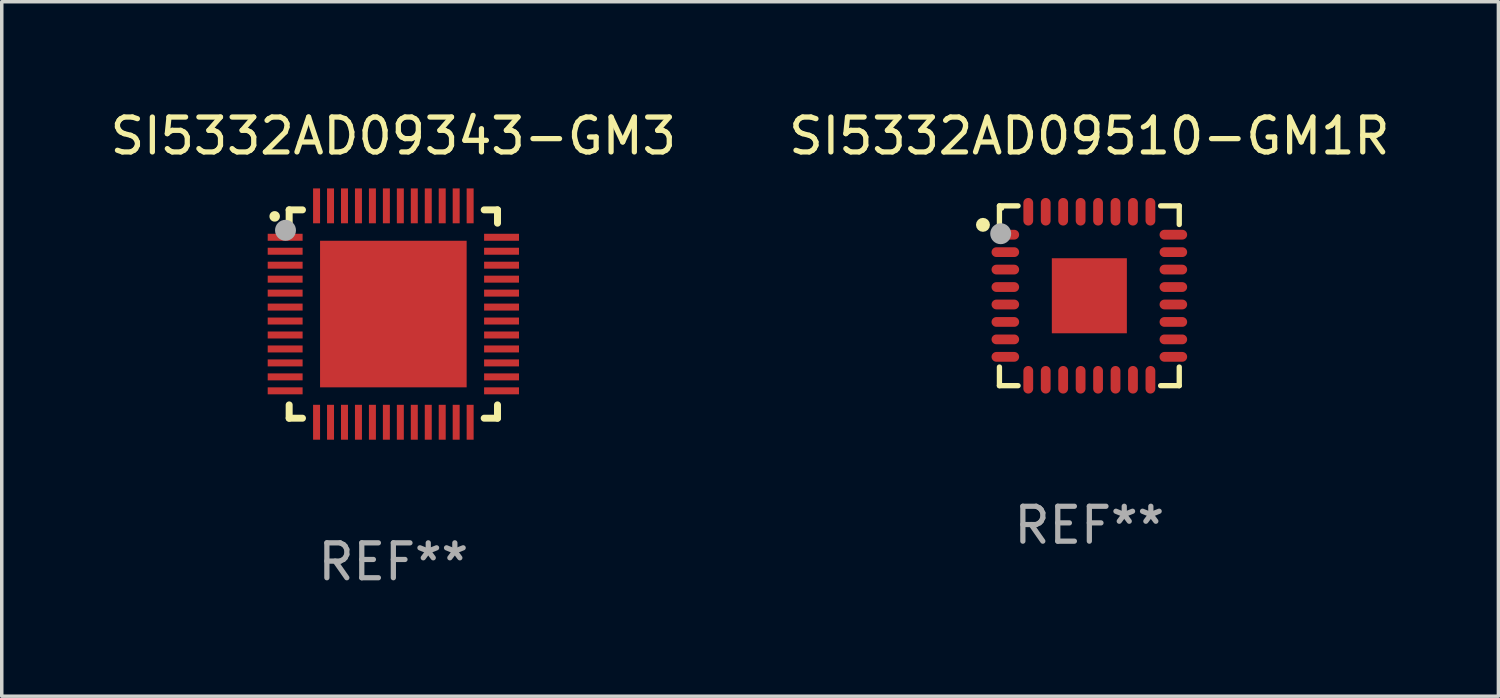
<source format=kicad_pcb>
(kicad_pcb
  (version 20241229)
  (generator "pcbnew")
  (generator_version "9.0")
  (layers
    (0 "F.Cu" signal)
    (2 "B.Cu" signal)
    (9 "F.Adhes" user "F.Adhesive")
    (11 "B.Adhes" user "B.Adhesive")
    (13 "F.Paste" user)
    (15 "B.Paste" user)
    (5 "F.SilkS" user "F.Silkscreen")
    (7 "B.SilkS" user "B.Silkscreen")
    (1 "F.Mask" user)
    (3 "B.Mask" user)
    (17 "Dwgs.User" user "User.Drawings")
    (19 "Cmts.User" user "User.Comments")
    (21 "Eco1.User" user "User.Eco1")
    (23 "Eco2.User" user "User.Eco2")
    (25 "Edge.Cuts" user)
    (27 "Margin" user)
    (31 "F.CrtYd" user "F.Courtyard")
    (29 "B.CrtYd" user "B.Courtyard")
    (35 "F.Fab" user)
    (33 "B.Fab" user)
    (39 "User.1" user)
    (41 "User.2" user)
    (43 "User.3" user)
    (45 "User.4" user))
  (footprint "SI5332AD09510-GM1R"
    (layer "F.Cu")
    (at 28.161 5.424)
    (property "Reference" "SI5332AD09510-GM1R" (at 0 -4.576 0) (layer "F.SilkS") (effects (font (size 1 1) (thickness 0.15))))
    (attr through_hole)
    (fp_line (start -2.576 -2.576) (end -2.042 -2.576) (stroke (width 0.152) (type solid)) (layer "F.SilkS"))
    (fp_line (start -2.576 -2.042) (end -2.576 -2.576) (stroke (width 0.152) (type solid)) (layer "F.SilkS"))
    (fp_line (start -2.576 2.042) (end -2.576 2.576) (stroke (width 0.152) (type solid)) (layer "F.SilkS"))
    (fp_line (start -2.576 2.576) (end -2.042 2.576) (stroke (width 0.152) (type solid)) (layer "F.SilkS"))
    (fp_line (start 2.576 -2.576) (end 2.042 -2.576) (stroke (width 0.152) (type solid)) (layer "F.SilkS"))
    (fp_line (start 2.576 -2.042) (end 2.576 -2.576) (stroke (width 0.152) (type solid)) (layer "F.SilkS"))
    (fp_line (start 2.576 2.042) (end 2.576 2.576) (stroke (width 0.152) (type solid)) (layer "F.SilkS"))
    (fp_line (start 2.576 2.576) (end 2.042 2.576) (stroke (width 0.152) (type solid)) (layer "F.SilkS"))
    (fp_circle (center -3.048 -2.032) (end -2.948 -2.032) (stroke (width 0.2) (type solid)) (fill no) (layer "F.SilkS"))
    (fp_circle (center -2.5 -2.5) (end -2.47 -2.5) (stroke (width 0.06) (type solid)) (fill no) (layer "F.SilkS"))
    (fp_circle (center -2.54 -1.778) (end -2.39 -1.778) (stroke (width 0.3) (type solid)) (fill no) (layer "F.Fab"))
    (fp_text user "REF**" (at 0 6.576 0) (layer "F.Fab") (effects (font (size 1 1) (thickness 0.15))))
    (pad "1" smd oval (at -2.407 -1.75) (size 0.79 0.28) (layers "F.Cu" "F.Mask" "F.Paste"))
    (pad "2" smd oval (at -2.407 -1.25) (size 0.79 0.28) (layers "F.Cu" "F.Mask" "F.Paste"))
    (pad "3" smd oval (at -2.407 -0.75) (size 0.79 0.28) (layers "F.Cu" "F.Mask" "F.Paste"))
    (pad "4" smd oval (at -2.407 -0.25) (size 0.79 0.28) (layers "F.Cu" "F.Mask" "F.Paste"))
    (pad "5" smd oval (at -2.407 0.25) (size 0.79 0.28) (layers "F.Cu" "F.Mask" "F.Paste"))
    (pad "6" smd oval (at -2.407 0.75) (size 0.79 0.28) (layers "F.Cu" "F.Mask" "F.Paste"))
    (pad "7" smd oval (at -2.407 1.25) (size 0.79 0.28) (layers "F.Cu" "F.Mask" "F.Paste"))
    (pad "8" smd oval (at -2.407 1.75) (size 0.79 0.28) (layers "F.Cu" "F.Mask" "F.Paste"))
    (pad "9" smd oval (at -1.75 2.407) (size 0.28 0.79) (layers "F.Cu" "F.Mask" "F.Paste"))
    (pad "10" smd oval (at -1.25 2.407) (size 0.28 0.79) (layers "F.Cu" "F.Mask" "F.Paste"))
    (pad "11" smd oval (at -0.75 2.407) (size 0.28 0.79) (layers "F.Cu" "F.Mask" "F.Paste"))
    (pad "12" smd oval (at -0.25 2.407) (size 0.28 0.79) (layers "F.Cu" "F.Mask" "F.Paste"))
    (pad "13" smd oval (at 0.25 2.407) (size 0.28 0.79) (layers "F.Cu" "F.Mask" "F.Paste"))
    (pad "14" smd oval (at 0.75 2.407) (size 0.28 0.79) (layers "F.Cu" "F.Mask" "F.Paste"))
    (pad "15" smd oval (at 1.25 2.407) (size 0.28 0.79) (layers "F.Cu" "F.Mask" "F.Paste"))
    (pad "16" smd oval (at 1.75 2.407) (size 0.28 0.79) (layers "F.Cu" "F.Mask" "F.Paste"))
    (pad "17" smd oval (at 2.407 1.75) (size 0.79 0.28) (layers "F.Cu" "F.Mask" "F.Paste"))
    (pad "18" smd oval (at 2.407 1.25) (size 0.79 0.28) (layers "F.Cu" "F.Mask" "F.Paste"))
    (pad "19" smd oval (at 2.407 0.75) (size 0.79 0.28) (layers "F.Cu" "F.Mask" "F.Paste"))
    (pad "20" smd oval (at 2.407 0.25) (size 0.79 0.28) (layers "F.Cu" "F.Mask" "F.Paste"))
    (pad "21" smd oval (at 2.407 -0.25) (size 0.79 0.28) (layers "F.Cu" "F.Mask" "F.Paste"))
    (pad "22" smd oval (at 2.407 -0.75) (size 0.79 0.28) (layers "F.Cu" "F.Mask" "F.Paste"))
    (pad "23" smd oval (at 2.407 -1.25) (size 0.79 0.28) (layers "F.Cu" "F.Mask" "F.Paste"))
    (pad "24" smd oval (at 2.407 -1.75) (size 0.79 0.28) (layers "F.Cu" "F.Mask" "F.Paste"))
    (pad "25" smd oval (at 1.75 -2.407) (size 0.28 0.79) (layers "F.Cu" "F.Mask" "F.Paste"))
    (pad "26" smd oval (at 1.25 -2.407) (size 0.28 0.79) (layers "F.Cu" "F.Mask" "F.Paste"))
    (pad "27" smd oval (at 0.75 -2.407) (size 0.28 0.79) (layers "F.Cu" "F.Mask" "F.Paste"))
    (pad "28" smd oval (at 0.25 -2.407) (size 0.28 0.79) (layers "F.Cu" "F.Mask" "F.Paste"))
    (pad "29" smd oval (at -0.25 -2.407) (size 0.28 0.79) (layers "F.Cu" "F.Mask" "F.Paste"))
    (pad "30" smd oval (at -0.75 -2.407) (size 0.28 0.79) (layers "F.Cu" "F.Mask" "F.Paste"))
    (pad "31" smd oval (at -1.25 -2.407) (size 0.28 0.79) (layers "F.Cu" "F.Mask" "F.Paste"))
    (pad "32" smd oval (at -1.75 -2.407) (size 0.28 0.79) (layers "F.Cu" "F.Mask" "F.Paste"))
    (pad "33" smd rect (at -0.000013 0.000013) (size 2.15 2.15) (layers "F.Cu" "F.Mask" "F.Paste")))
  (footprint "SI5332AD09343-GM3"
    (layer "F.Cu")
    (at 8.22 5.948)
    (property "Reference" "SI5332AD09343-GM3" (at 0 -5.1 0) (layer "F.SilkS") (effects (font (size 1 1) (thickness 0.15))))
    (attr through_hole)
    (fp_line (start -2.985 -2.985) (end -2.604 -2.985) (stroke (width 0.2) (type solid)) (layer "F.SilkS"))
    (fp_line (start -2.985 -2.604) (end -2.985 -2.985) (stroke (width 0.2) (type solid)) (layer "F.SilkS"))
    (fp_line (start -2.985 2.984) (end -2.985 2.603) (stroke (width 0.2) (type solid)) (layer "F.SilkS"))
    (fp_line (start -2.604 2.984) (end -2.985 2.984) (stroke (width 0.2) (type solid)) (layer "F.SilkS"))
    (fp_line (start 2.603 -2.985) (end 2.984 -2.985) (stroke (width 0.2) (type solid)) (layer "F.SilkS"))
    (fp_line (start 2.984 -2.985) (end 2.984 -2.604) (stroke (width 0.2) (type solid)) (layer "F.SilkS"))
    (fp_line (start 2.984 2.603) (end 2.984 2.984) (stroke (width 0.2) (type solid)) (layer "F.SilkS"))
    (fp_line (start 2.984 2.984) (end 2.603 2.984) (stroke (width 0.2) (type solid)) (layer "F.SilkS"))
    (fp_arc (start -3.400076 -2.797562) (mid -3.400081 -2.798806) (end -3.400076 -2.800051) (stroke (width 0.3) (type solid)) (layer "F.SilkS"))
    (fp_circle (center -3 -3) (end -2.97 -3) (stroke (width 0.06) (type solid)) (fill no) (layer "F.SilkS"))
    (fp_circle (center -3.09 -2.4) (end -2.94 -2.4) (stroke (width 0.3) (type solid)) (fill no) (layer "F.Fab"))
    (fp_text user "REF**" (at 0 7.1 0) (layer "F.Fab") (effects (font (size 1 1) (thickness 0.15))))
    (pad "1" smd rect (at -3.1 -2.2) (size 1 0.2) (layers "F.Cu" "F.Mask" "F.Paste"))
    (pad "2" smd rect (at -3.1 -1.8) (size 1 0.2) (layers "F.Cu" "F.Mask" "F.Paste"))
    (pad "3" smd rect (at -3.1 -1.4) (size 1 0.2) (layers "F.Cu" "F.Mask" "F.Paste"))
    (pad "4" smd rect (at -3.1 -1) (size 1 0.2) (layers "F.Cu" "F.Mask" "F.Paste"))
    (pad "5" smd rect (at -3.1 -0.6) (size 1 0.2) (layers "F.Cu" "F.Mask" "F.Paste"))
    (pad "6" smd rect (at -3.1 -0.2) (size 1 0.2) (layers "F.Cu" "F.Mask" "F.Paste"))
    (pad "7" smd rect (at -3.1 0.2) (size 1 0.2) (layers "F.Cu" "F.Mask" "F.Paste"))
    (pad "8" smd rect (at -3.1 0.6) (size 1 0.2) (layers "F.Cu" "F.Mask" "F.Paste"))
    (pad "9" smd rect (at -3.1 1) (size 1 0.2) (layers "F.Cu" "F.Mask" "F.Paste"))
    (pad "10" smd rect (at -3.1 1.4) (size 1 0.2) (layers "F.Cu" "F.Mask" "F.Paste"))
    (pad "11" smd rect (at -3.1 1.8) (size 1 0.2) (layers "F.Cu" "F.Mask" "F.Paste"))
    (pad "12" smd rect (at -3.1 2.2) (size 1 0.2) (layers "F.Cu" "F.Mask" "F.Paste"))
    (pad "13" smd rect (at -2.2 3.1) (size 0.2 1) (layers "F.Cu" "F.Mask" "F.Paste"))
    (pad "14" smd rect (at -1.8 3.1) (size 0.2 1) (layers "F.Cu" "F.Mask" "F.Paste"))
    (pad "15" smd rect (at -1.4 3.1) (size 0.2 1) (layers "F.Cu" "F.Mask" "F.Paste"))
    (pad "16" smd rect (at -1 3.1) (size 0.2 1) (layers "F.Cu" "F.Mask" "F.Paste"))
    (pad "17" smd rect (at -0.6 3.1) (size 0.2 1) (layers "F.Cu" "F.Mask" "F.Paste"))
    (pad "18" smd rect (at -0.2 3.1) (size 0.2 1) (layers "F.Cu" "F.Mask" "F.Paste"))
    (pad "19" smd rect (at 0.2 3.1) (size 0.2 1) (layers "F.Cu" "F.Mask" "F.Paste"))
    (pad "20" smd rect (at 0.6 3.1) (size 0.2 1) (layers "F.Cu" "F.Mask" "F.Paste"))
    (pad "21" smd rect (at 1 3.1) (size 0.2 1) (layers "F.Cu" "F.Mask" "F.Paste"))
    (pad "22" smd rect (at 1.4 3.1) (size 0.2 1) (layers "F.Cu" "F.Mask" "F.Paste"))
    (pad "23" smd rect (at 1.8 3.1) (size 0.2 1) (layers "F.Cu" "F.Mask" "F.Paste"))
    (pad "24" smd rect (at 2.2 3.1) (size 0.2 1) (layers "F.Cu" "F.Mask" "F.Paste"))
    (pad "25" smd rect (at 3.1 2.2) (size 1 0.2) (layers "F.Cu" "F.Mask" "F.Paste"))
    (pad "26" smd rect (at 3.1 1.8) (size 1 0.2) (layers "F.Cu" "F.Mask" "F.Paste"))
    (pad "27" smd rect (at 3.1 1.4) (size 1 0.2) (layers "F.Cu" "F.Mask" "F.Paste"))
    (pad "28" smd rect (at 3.1 1) (size 1 0.2) (layers "F.Cu" "F.Mask" "F.Paste"))
    (pad "29" smd rect (at 3.1 0.6) (size 1 0.2) (layers "F.Cu" "F.Mask" "F.Paste"))
    (pad "30" smd rect (at 3.1 0.2) (size 1 0.2) (layers "F.Cu" "F.Mask" "F.Paste"))
    (pad "31" smd rect (at 3.1 -0.2) (size 1 0.2) (layers "F.Cu" "F.Mask" "F.Paste"))
    (pad "32" smd rect (at 3.1 -0.6) (size 1 0.2) (layers "F.Cu" "F.Mask" "F.Paste"))
    (pad "33" smd rect (at 3.1 -1) (size 1 0.2) (layers "F.Cu" "F.Mask" "F.Paste"))
    (pad "34" smd rect (at 3.1 -1.4) (size 1 0.2) (layers "F.Cu" "F.Mask" "F.Paste"))
    (pad "35" smd rect (at 3.1 -1.8) (size 1 0.2) (layers "F.Cu" "F.Mask" "F.Paste"))
    (pad "36" smd rect (at 3.1 -2.2) (size 1 0.2) (layers "F.Cu" "F.Mask" "F.Paste"))
    (pad "37" smd rect (at 2.2 -3.1) (size 0.2 1) (layers "F.Cu" "F.Mask" "F.Paste"))
    (pad "38" smd rect (at 1.8 -3.1) (size 0.2 1) (layers "F.Cu" "F.Mask" "F.Paste"))
    (pad "39" smd rect (at 1.4 -3.1) (size 0.2 1) (layers "F.Cu" "F.Mask" "F.Paste"))
    (pad "40" smd rect (at 1 -3.1) (size 0.2 1) (layers "F.Cu" "F.Mask" "F.Paste"))
    (pad "41" smd rect (at 0.6 -3.1) (size 0.2 1) (layers "F.Cu" "F.Mask" "F.Paste"))
    (pad "42" smd rect (at 0.2 -3.1) (size 0.2 1) (layers "F.Cu" "F.Mask" "F.Paste"))
    (pad "43" smd rect (at -0.2 -3.1) (size 0.2 1) (layers "F.Cu" "F.Mask" "F.Paste"))
    (pad "44" smd rect (at -0.6 -3.1) (size 0.2 1) (layers "F.Cu" "F.Mask" "F.Paste"))
    (pad "45" smd rect (at -1 -3.1) (size 0.2 1) (layers "F.Cu" "F.Mask" "F.Paste"))
    (pad "46" smd rect (at -1.4 -3.1) (size 0.2 1) (layers "F.Cu" "F.Mask" "F.Paste"))
    (pad "47" smd rect (at -1.8 -3.1) (size 0.2 1) (layers "F.Cu" "F.Mask" "F.Paste"))
    (pad "48" smd rect (at -2.2 -3.1) (size 0.2 1) (layers "F.Cu" "F.Mask" "F.Paste"))
    (pad "49" smd rect (at -0.000127 0) (size 4.2 4.2) (layers "F.Cu" "F.Mask" "F.Paste")))
  (gr_rect
    (start -3 -3)
    (end 39.881 16.897)
    (stroke (width 0.1) (type default))
    (fill no)
    (layer "Edge.Cuts")))
</source>
